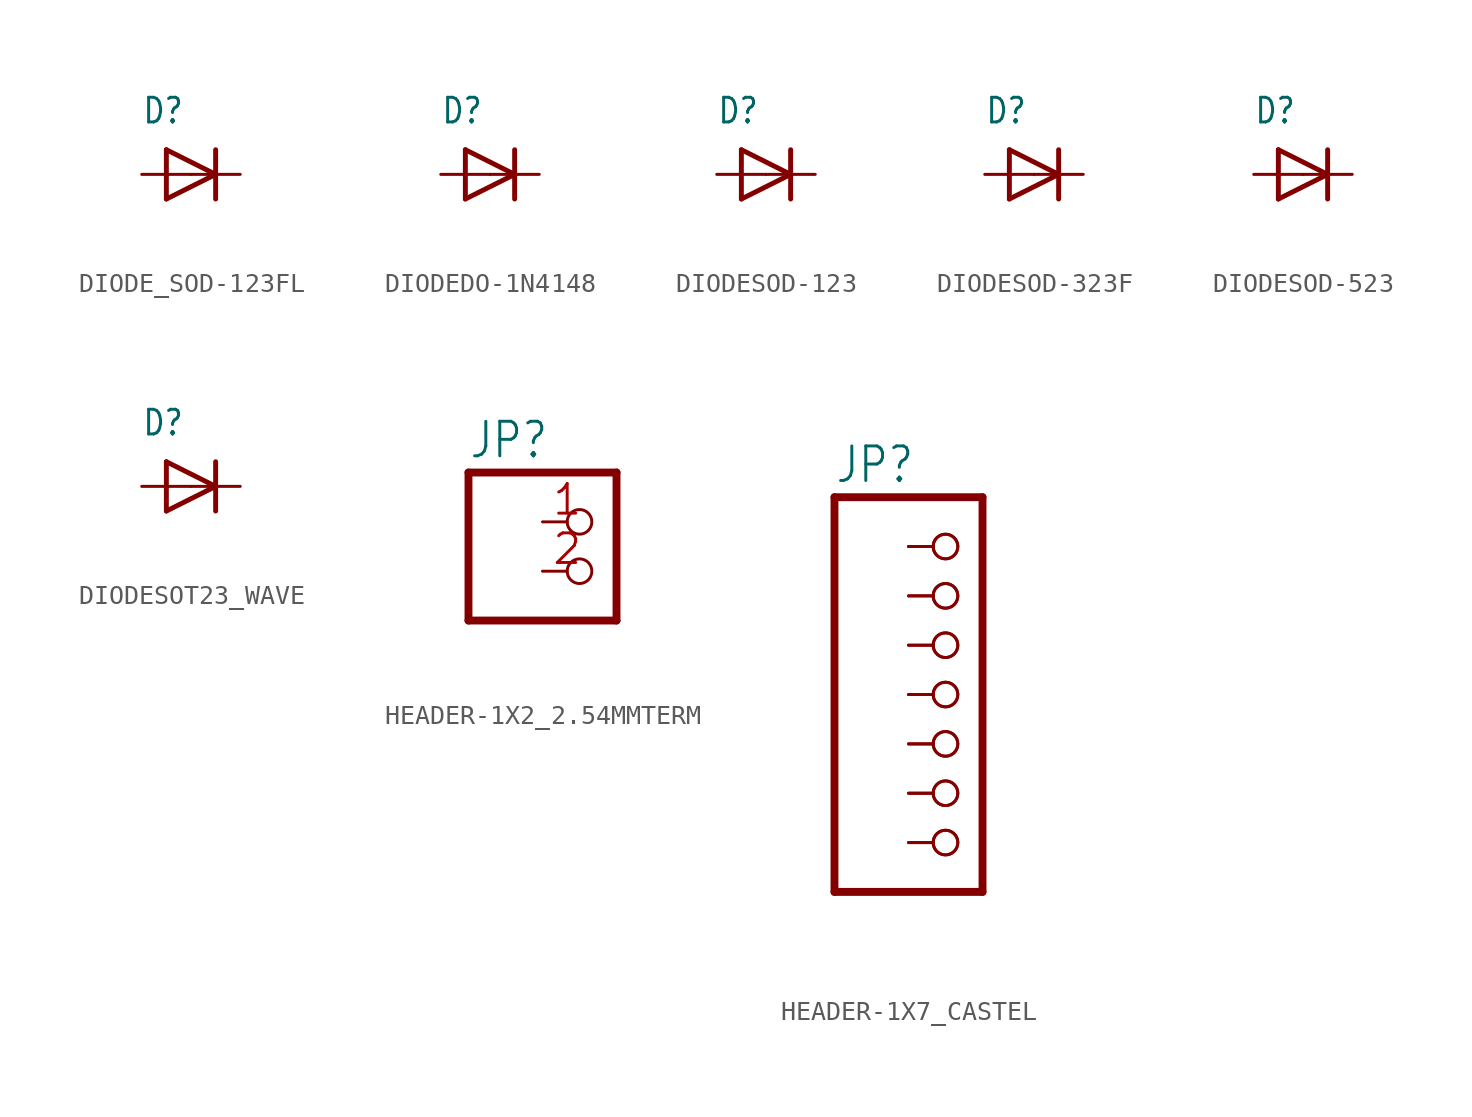
<source format=kicad_sym>
(kicad_symbol_lib
  (version 20241209)
  (generator "kicad_symbol_editor")
  (generator_version "9.0")
  (symbol "DIODE_SOD-123FL"
    (property "Reference" "D"
      (at -2.54 2.54 0)
      (effects (font (size 1.27 1.079)) (justify left bottom)))
    (property "Value" ""
      (at -2.54 -3.81 0)
      (effects (font (size 1.27 1.079)) (justify left bottom)))
    (property "ki_locked" ""
      (at 0 0 0)
      (effects (font (size 1.27 1.27))))
    (symbol "DIODE_SOD-123FL_1_0"
      (polyline (pts (xy -1.27 1.27) (xy -1.27 -1.27)) (stroke (width 0.254) (type solid)) (fill (type none)))
      (polyline (pts (xy -1.27 -1.27) (xy 1.27 0)) (stroke (width 0.254) (type solid)) (fill (type none)))
      (polyline (pts (xy 1.27 1.27) (xy 1.27 0)) (stroke (width 0.254) (type solid)) (fill (type none)))
      (polyline (pts (xy 1.27 0) (xy -1.27 1.27)) (stroke (width 0.254) (type solid)) (fill (type none)))
      (polyline (pts (xy 1.27 0) (xy 1.27 -1.27)) (stroke (width 0.254) (type solid)) (fill (type none)))
      (pin passive line (at -2.54 0 0) (length 2.54) (name "A" (effects (font (size 0 0)))) (number "A" (effects (font (size 0 0)))))
      (pin passive line (at 2.54 0 180) (length 2.54) (name "C" (effects (font (size 0 0)))) (number "C" (effects (font (size 0 0)))))))
  (symbol "DIODEDO-1N4148"
    (property "Reference" "D"
      (at -2.54 2.54 0)
      (effects (font (size 1.27 1.079)) (justify left bottom)))
    (property "Value" ""
      (at -2.54 -3.81 0)
      (effects (font (size 1.27 1.079)) (justify left bottom)))
    (property "ki_locked" ""
      (at 0 0 0)
      (effects (font (size 1.27 1.27))))
    (symbol "DIODEDO-1N4148_1_0"
      (polyline (pts (xy -1.27 1.27) (xy -1.27 -1.27)) (stroke (width 0.254) (type solid)) (fill (type none)))
      (polyline (pts (xy -1.27 -1.27) (xy 1.27 0)) (stroke (width 0.254) (type solid)) (fill (type none)))
      (polyline (pts (xy 1.27 1.27) (xy 1.27 0)) (stroke (width 0.254) (type solid)) (fill (type none)))
      (polyline (pts (xy 1.27 0) (xy -1.27 1.27)) (stroke (width 0.254) (type solid)) (fill (type none)))
      (polyline (pts (xy 1.27 0) (xy 1.27 -1.27)) (stroke (width 0.254) (type solid)) (fill (type none)))
      (pin passive line (at -2.54 0 0) (length 2.54) (name "A" (effects (font (size 0 0)))) (number "A" (effects (font (size 0 0)))))
      (pin passive line (at 2.54 0 180) (length 2.54) (name "C" (effects (font (size 0 0)))) (number "C" (effects (font (size 0 0)))))))
  (symbol "DIODESOD-123"
    (property "Reference" "D"
      (at -2.54 2.54 0)
      (effects (font (size 1.27 1.079)) (justify left bottom)))
    (property "Value" ""
      (at -2.54 -3.81 0)
      (effects (font (size 1.27 1.079)) (justify left bottom)))
    (property "ki_locked" ""
      (at 0 0 0)
      (effects (font (size 1.27 1.27))))
    (symbol "DIODESOD-123_1_0"
      (polyline (pts (xy -1.27 1.27) (xy -1.27 -1.27)) (stroke (width 0.254) (type solid)) (fill (type none)))
      (polyline (pts (xy -1.27 -1.27) (xy 1.27 0)) (stroke (width 0.254) (type solid)) (fill (type none)))
      (polyline (pts (xy 1.27 1.27) (xy 1.27 0)) (stroke (width 0.254) (type solid)) (fill (type none)))
      (polyline (pts (xy 1.27 0) (xy -1.27 1.27)) (stroke (width 0.254) (type solid)) (fill (type none)))
      (polyline (pts (xy 1.27 0) (xy 1.27 -1.27)) (stroke (width 0.254) (type solid)) (fill (type none)))
      (pin passive line (at -2.54 0 0) (length 2.54) (name "A" (effects (font (size 0 0)))) (number "A" (effects (font (size 0 0)))))
      (pin passive line (at 2.54 0 180) (length 2.54) (name "C" (effects (font (size 0 0)))) (number "C" (effects (font (size 0 0)))))))
  (symbol "DIODESOD-323F"
    (property "Reference" "D"
      (at -2.54 2.54 0)
      (effects (font (size 1.27 1.079)) (justify left bottom)))
    (property "Value" ""
      (at -2.54 -3.81 0)
      (effects (font (size 1.27 1.079)) (justify left bottom)))
    (property "ki_locked" ""
      (at 0 0 0)
      (effects (font (size 1.27 1.27))))
    (symbol "DIODESOD-323F_1_0"
      (polyline (pts (xy -1.27 1.27) (xy -1.27 -1.27)) (stroke (width 0.254) (type solid)) (fill (type none)))
      (polyline (pts (xy -1.27 -1.27) (xy 1.27 0)) (stroke (width 0.254) (type solid)) (fill (type none)))
      (polyline (pts (xy 1.27 1.27) (xy 1.27 0)) (stroke (width 0.254) (type solid)) (fill (type none)))
      (polyline (pts (xy 1.27 0) (xy -1.27 1.27)) (stroke (width 0.254) (type solid)) (fill (type none)))
      (polyline (pts (xy 1.27 0) (xy 1.27 -1.27)) (stroke (width 0.254) (type solid)) (fill (type none)))
      (pin passive line (at -2.54 0 0) (length 2.54) (name "A" (effects (font (size 0 0)))) (number "A" (effects (font (size 0 0)))))
      (pin passive line (at 2.54 0 180) (length 2.54) (name "C" (effects (font (size 0 0)))) (number "C" (effects (font (size 0 0)))))))
  (symbol "DIODESOD-523"
    (property "Reference" "D"
      (at -2.54 2.54 0)
      (effects (font (size 1.27 1.079)) (justify left bottom)))
    (property "Value" ""
      (at -2.54 -3.81 0)
      (effects (font (size 1.27 1.079)) (justify left bottom)))
    (property "ki_locked" ""
      (at 0 0 0)
      (effects (font (size 1.27 1.27))))
    (symbol "DIODESOD-523_1_0"
      (polyline (pts (xy -1.27 1.27) (xy -1.27 -1.27)) (stroke (width 0.254) (type solid)) (fill (type none)))
      (polyline (pts (xy -1.27 -1.27) (xy 1.27 0)) (stroke (width 0.254) (type solid)) (fill (type none)))
      (polyline (pts (xy 1.27 1.27) (xy 1.27 0)) (stroke (width 0.254) (type solid)) (fill (type none)))
      (polyline (pts (xy 1.27 0) (xy -1.27 1.27)) (stroke (width 0.254) (type solid)) (fill (type none)))
      (polyline (pts (xy 1.27 0) (xy 1.27 -1.27)) (stroke (width 0.254) (type solid)) (fill (type none)))
      (pin passive line (at -2.54 0 0) (length 2.54) (name "A" (effects (font (size 0 0)))) (number "A" (effects (font (size 0 0)))))
      (pin passive line (at 2.54 0 180) (length 2.54) (name "C" (effects (font (size 0 0)))) (number "K" (effects (font (size 0 0)))))))
  (symbol "DIODESOT23_WAVE"
    (property "Reference" "D"
      (at -2.54 2.54 0)
      (effects (font (size 1.27 1.079)) (justify left bottom)))
    (property "Value" ""
      (at -2.54 -3.81 0)
      (effects (font (size 1.27 1.079)) (justify left bottom)))
    (property "ki_locked" ""
      (at 0 0 0)
      (effects (font (size 1.27 1.27))))
    (symbol "DIODESOT23_WAVE_1_0"
      (polyline (pts (xy -1.27 1.27) (xy -1.27 -1.27)) (stroke (width 0.254) (type solid)) (fill (type none)))
      (polyline (pts (xy -1.27 -1.27) (xy 1.27 0)) (stroke (width 0.254) (type solid)) (fill (type none)))
      (polyline (pts (xy 1.27 1.27) (xy 1.27 0)) (stroke (width 0.254) (type solid)) (fill (type none)))
      (polyline (pts (xy 1.27 0) (xy -1.27 1.27)) (stroke (width 0.254) (type solid)) (fill (type none)))
      (polyline (pts (xy 1.27 0) (xy 1.27 -1.27)) (stroke (width 0.254) (type solid)) (fill (type none)))
      (pin passive line (at -2.54 0 0) (length 2.54) (name "A" (effects (font (size 0 0)))) (number "1" (effects (font (size 0 0)))))
      (pin passive line (at 2.54 0 180) (length 2.54) (name "C" (effects (font (size 0 0)))) (number "3" (effects (font (size 0 0)))))))
  (symbol "HEADER-1X2_2.54MMTERM"
    (property "Reference" "JP"
      (at -6.35 5.715 0)
      (effects (font (size 1.778 1.511)) (justify left bottom)))
    (property "Value" ""
      (at -6.35 -5.08 0)
      (effects (font (size 1.778 1.511)) (justify left bottom)))
    (property "ki_locked" ""
      (at 0 0 0)
      (effects (font (size 1.27 1.27))))
    (symbol "HEADER-1X2_2.54MMTERM_1_0"
      (polyline (pts (xy -6.35 5.08) (xy -6.35 -2.54)) (stroke (width 0.406) (type solid)) (fill (type none)))
      (polyline (pts (xy -6.35 -2.54) (xy 1.27 -2.54)) (stroke (width 0.406) (type solid)) (fill (type none)))
      (polyline (pts (xy 1.27 5.08) (xy -6.35 5.08)) (stroke (width 0.406) (type solid)) (fill (type none)))
      (polyline (pts (xy 1.27 -2.54) (xy 1.27 5.08)) (stroke (width 0.406) (type solid)) (fill (type none)))
      (pin passive inverted (at -2.54 2.54 0) (length 2.54) (name "1" (effects (font (size 0 0)))) (number "1" (effects (font (size 1.524 1.524)))))
      (pin passive inverted (at -2.54 0 0) (length 2.54) (name "2" (effects (font (size 0 0)))) (number "2" (effects (font (size 1.524 1.524)))))))
  (symbol "HEADER-1X7_CASTEL"
    (property "Reference" "JP"
      (at -6.35 10.795 0)
      (effects (font (size 1.778 1.511)) (justify left bottom)))
    (property "Value" ""
      (at -6.35 -12.7 0)
      (effects (font (size 1.778 1.511)) (justify left bottom)))
    (property "ki_locked" ""
      (at 0 0 0)
      (effects (font (size 1.27 1.27))))
    (symbol "HEADER-1X7_CASTEL_1_0"
      (polyline (pts (xy -6.35 10.16) (xy -6.35 -10.16)) (stroke (width 0.406) (type solid)) (fill (type none)))
      (polyline (pts (xy -6.35 -10.16) (xy 1.27 -10.16)) (stroke (width 0.406) (type solid)) (fill (type none)))
      (polyline (pts (xy 1.27 10.16) (xy -6.35 10.16)) (stroke (width 0.406) (type solid)) (fill (type none)))
      (polyline (pts (xy 1.27 -10.16) (xy 1.27 10.16)) (stroke (width 0.406) (type solid)) (fill (type none)))
      (pin passive inverted (at -2.54 7.62 0) (length 2.54) (name "1" (effects (font (size 0 0)))) (number "1" (effects (font (size 0 0)))))
      (pin passive inverted (at -2.54 7.62 0) (length 2.54) (name "1" (effects (font (size 0 0)))) (number "1C" (effects (font (size 0 0)))))
      (pin passive inverted (at -2.54 5.08 0) (length 2.54) (name "2" (effects (font (size 0 0)))) (number "2" (effects (font (size 0 0)))))
      (pin passive inverted (at -2.54 5.08 0) (length 2.54) (name "2" (effects (font (size 0 0)))) (number "2C" (effects (font (size 0 0)))))
      (pin passive inverted (at -2.54 2.54 0) (length 2.54) (name "3" (effects (font (size 0 0)))) (number "3" (effects (font (size 0 0)))))
      (pin passive inverted (at -2.54 2.54 0) (length 2.54) (name "3" (effects (font (size 0 0)))) (number "3C" (effects (font (size 0 0)))))
      (pin passive inverted (at -2.54 0 0) (length 2.54) (name "4" (effects (font (size 0 0)))) (number "4" (effects (font (size 0 0)))))
      (pin passive inverted (at -2.54 0 0) (length 2.54) (name "4" (effects (font (size 0 0)))) (number "4C" (effects (font (size 0 0)))))
      (pin passive inverted (at -2.54 -2.54 0) (length 2.54) (name "5" (effects (font (size 0 0)))) (number "5" (effects (font (size 0 0)))))
      (pin passive inverted (at -2.54 -2.54 0) (length 2.54) (name "5" (effects (font (size 0 0)))) (number "5C" (effects (font (size 0 0)))))
      (pin passive inverted (at -2.54 -5.08 0) (length 2.54) (name "6" (effects (font (size 0 0)))) (number "6" (effects (font (size 0 0)))))
      (pin passive inverted (at -2.54 -5.08 0) (length 2.54) (name "6" (effects (font (size 0 0)))) (number "6C" (effects (font (size 0 0)))))
      (pin passive inverted (at -2.54 -7.62 0) (length 2.54) (name "7" (effects (font (size 0 0)))) (number "7" (effects (font (size 0 0)))))
      (pin passive inverted (at -2.54 -7.62 0) (length 2.54) (name "7" (effects (font (size 0 0)))) (number "7C" (effects (font (size 0 0))))))))
</source>
